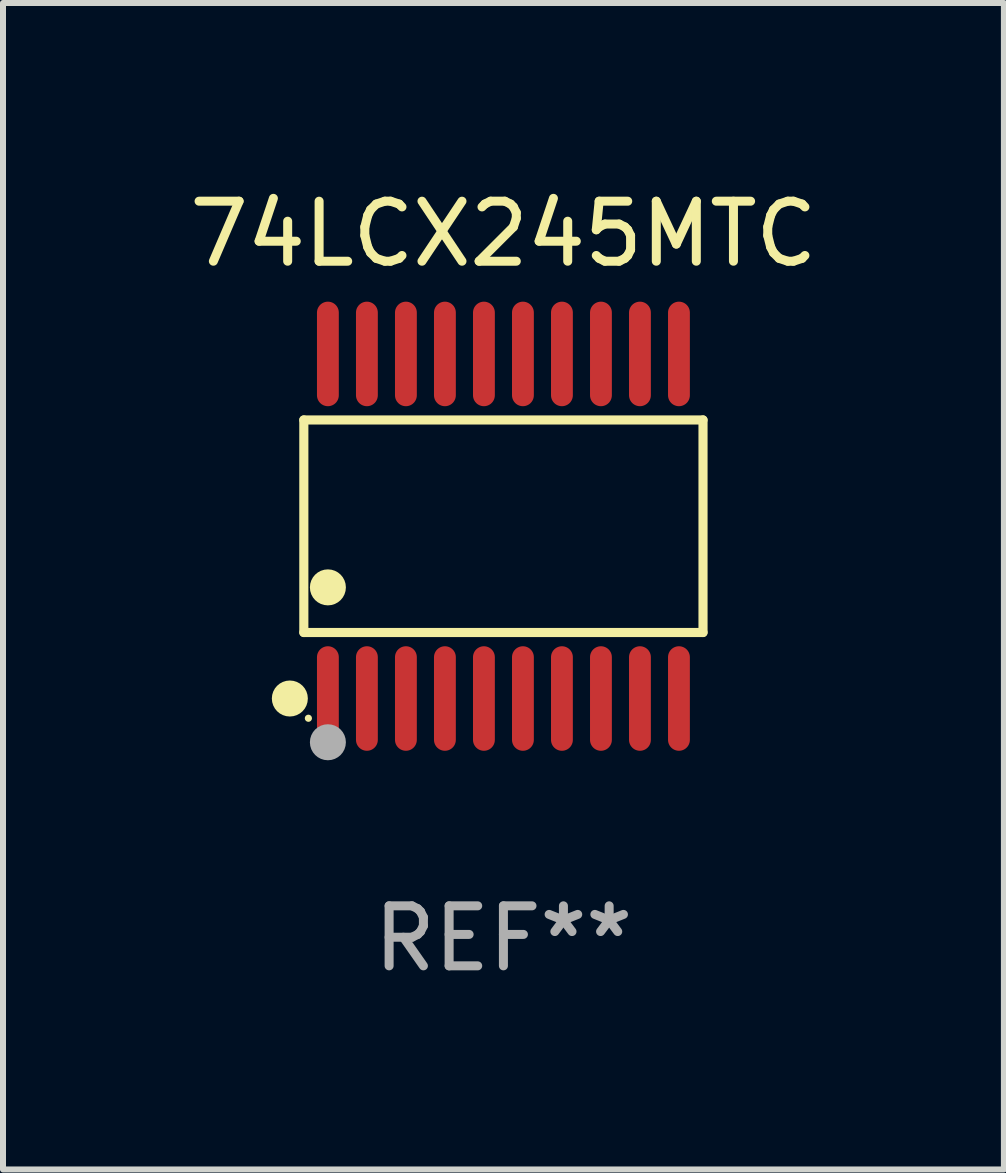
<source format=kicad_pcb>
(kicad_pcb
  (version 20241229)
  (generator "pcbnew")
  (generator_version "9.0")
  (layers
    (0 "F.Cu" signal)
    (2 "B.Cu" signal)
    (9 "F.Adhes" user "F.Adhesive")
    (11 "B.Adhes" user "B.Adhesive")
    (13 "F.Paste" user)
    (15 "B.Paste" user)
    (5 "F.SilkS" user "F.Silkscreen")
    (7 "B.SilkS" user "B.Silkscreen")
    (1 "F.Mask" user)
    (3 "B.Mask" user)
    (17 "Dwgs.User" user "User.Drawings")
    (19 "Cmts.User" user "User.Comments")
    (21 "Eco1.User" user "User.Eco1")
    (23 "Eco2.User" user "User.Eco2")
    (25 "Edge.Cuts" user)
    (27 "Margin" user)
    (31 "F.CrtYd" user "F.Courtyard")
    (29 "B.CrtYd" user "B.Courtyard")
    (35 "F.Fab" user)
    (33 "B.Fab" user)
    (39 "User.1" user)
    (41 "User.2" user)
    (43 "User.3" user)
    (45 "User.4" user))
  (footprint "74LCX245MTC"
    (layer "F.Cu")
    (at 5.339 5.719)
    (property "Reference" "74LCX245MTC" (at 0 -4.871 0) (layer "F.SilkS") (effects (font (size 1 1) (thickness 0.15))))
    (attr through_hole)
    (fp_line (start -3.326 -1.771) (end 3.326 -1.771) (stroke (width 0.152) (type solid)) (layer "F.SilkS"))
    (fp_line (start -3.326 1.771) (end -3.326 -1.771) (stroke (width 0.152) (type solid)) (layer "F.SilkS"))
    (fp_line (start 3.326 -1.771) (end 3.326 1.771) (stroke (width 0.152) (type solid)) (layer "F.SilkS"))
    (fp_line (start 3.326 1.771) (end -3.326 1.771) (stroke (width 0.152) (type solid)) (layer "F.SilkS"))
    (fp_circle (center -3.559 2.871) (end -3.409 2.871) (stroke (width 0.3) (type solid)) (fill no) (layer "F.SilkS"))
    (fp_circle (center -3.25 3.2) (end -3.22 3.2) (stroke (width 0.06) (type solid)) (fill no) (layer "F.SilkS"))
    (fp_circle (center -2.925 1.019) (end -2.775 1.019) (stroke (width 0.3) (type solid)) (fill no) (layer "F.SilkS"))
    (fp_circle (center -2.925 3.6) (end -2.775 3.6) (stroke (width 0.3) (type solid)) (fill no) (layer "F.Fab"))
    (fp_text user "REF**" (at 0 6.871 0) (layer "F.Fab") (effects (font (size 1 1) (thickness 0.15))))
    (pad "1" smd oval (at -2.925 2.871) (size 0.364 1.742) (layers "F.Cu" "F.Mask" "F.Paste"))
    (pad "2" smd oval (at -2.275 2.871) (size 0.364 1.742) (layers "F.Cu" "F.Mask" "F.Paste"))
    (pad "3" smd oval (at -1.625 2.871) (size 0.364 1.742) (layers "F.Cu" "F.Mask" "F.Paste"))
    (pad "4" smd oval (at -0.975 2.871) (size 0.364 1.742) (layers "F.Cu" "F.Mask" "F.Paste"))
    (pad "5" smd oval (at -0.325 2.871) (size 0.364 1.742) (layers "F.Cu" "F.Mask" "F.Paste"))
    (pad "6" smd oval (at 0.325 2.871) (size 0.364 1.742) (layers "F.Cu" "F.Mask" "F.Paste"))
    (pad "7" smd oval (at 0.975 2.871) (size 0.364 1.742) (layers "F.Cu" "F.Mask" "F.Paste"))
    (pad "8" smd oval (at 1.625 2.871) (size 0.364 1.742) (layers "F.Cu" "F.Mask" "F.Paste"))
    (pad "9" smd oval (at 2.275 2.871) (size 0.364 1.742) (layers "F.Cu" "F.Mask" "F.Paste"))
    (pad "10" smd oval (at 2.925 2.871) (size 0.364 1.742) (layers "F.Cu" "F.Mask" "F.Paste"))
    (pad "11" smd oval (at 2.925 -2.871) (size 0.364 1.742) (layers "F.Cu" "F.Mask" "F.Paste"))
    (pad "12" smd oval (at 2.275 -2.871) (size 0.364 1.742) (layers "F.Cu" "F.Mask" "F.Paste"))
    (pad "13" smd oval (at 1.625 -2.871) (size 0.364 1.742) (layers "F.Cu" "F.Mask" "F.Paste"))
    (pad "14" smd oval (at 0.975 -2.871) (size 0.364 1.742) (layers "F.Cu" "F.Mask" "F.Paste"))
    (pad "15" smd oval (at 0.325 -2.871) (size 0.364 1.742) (layers "F.Cu" "F.Mask" "F.Paste"))
    (pad "16" smd oval (at -0.325 -2.871) (size 0.364 1.742) (layers "F.Cu" "F.Mask" "F.Paste"))
    (pad "17" smd oval (at -0.975 -2.871) (size 0.364 1.742) (layers "F.Cu" "F.Mask" "F.Paste"))
    (pad "18" smd oval (at -1.625 -2.871) (size 0.364 1.742) (layers "F.Cu" "F.Mask" "F.Paste"))
    (pad "19" smd oval (at -2.275 -2.871) (size 0.364 1.742) (layers "F.Cu" "F.Mask" "F.Paste"))
    (pad "20" smd oval (at -2.925 -2.871) (size 0.364 1.742) (layers "F.Cu" "F.Mask" "F.Paste")))
  (gr_rect
    (start -3 -3)
    (end 13.679 16.438)
    (stroke (width 0.1) (type default))
    (fill no)
    (layer "Edge.Cuts")))
</source>
